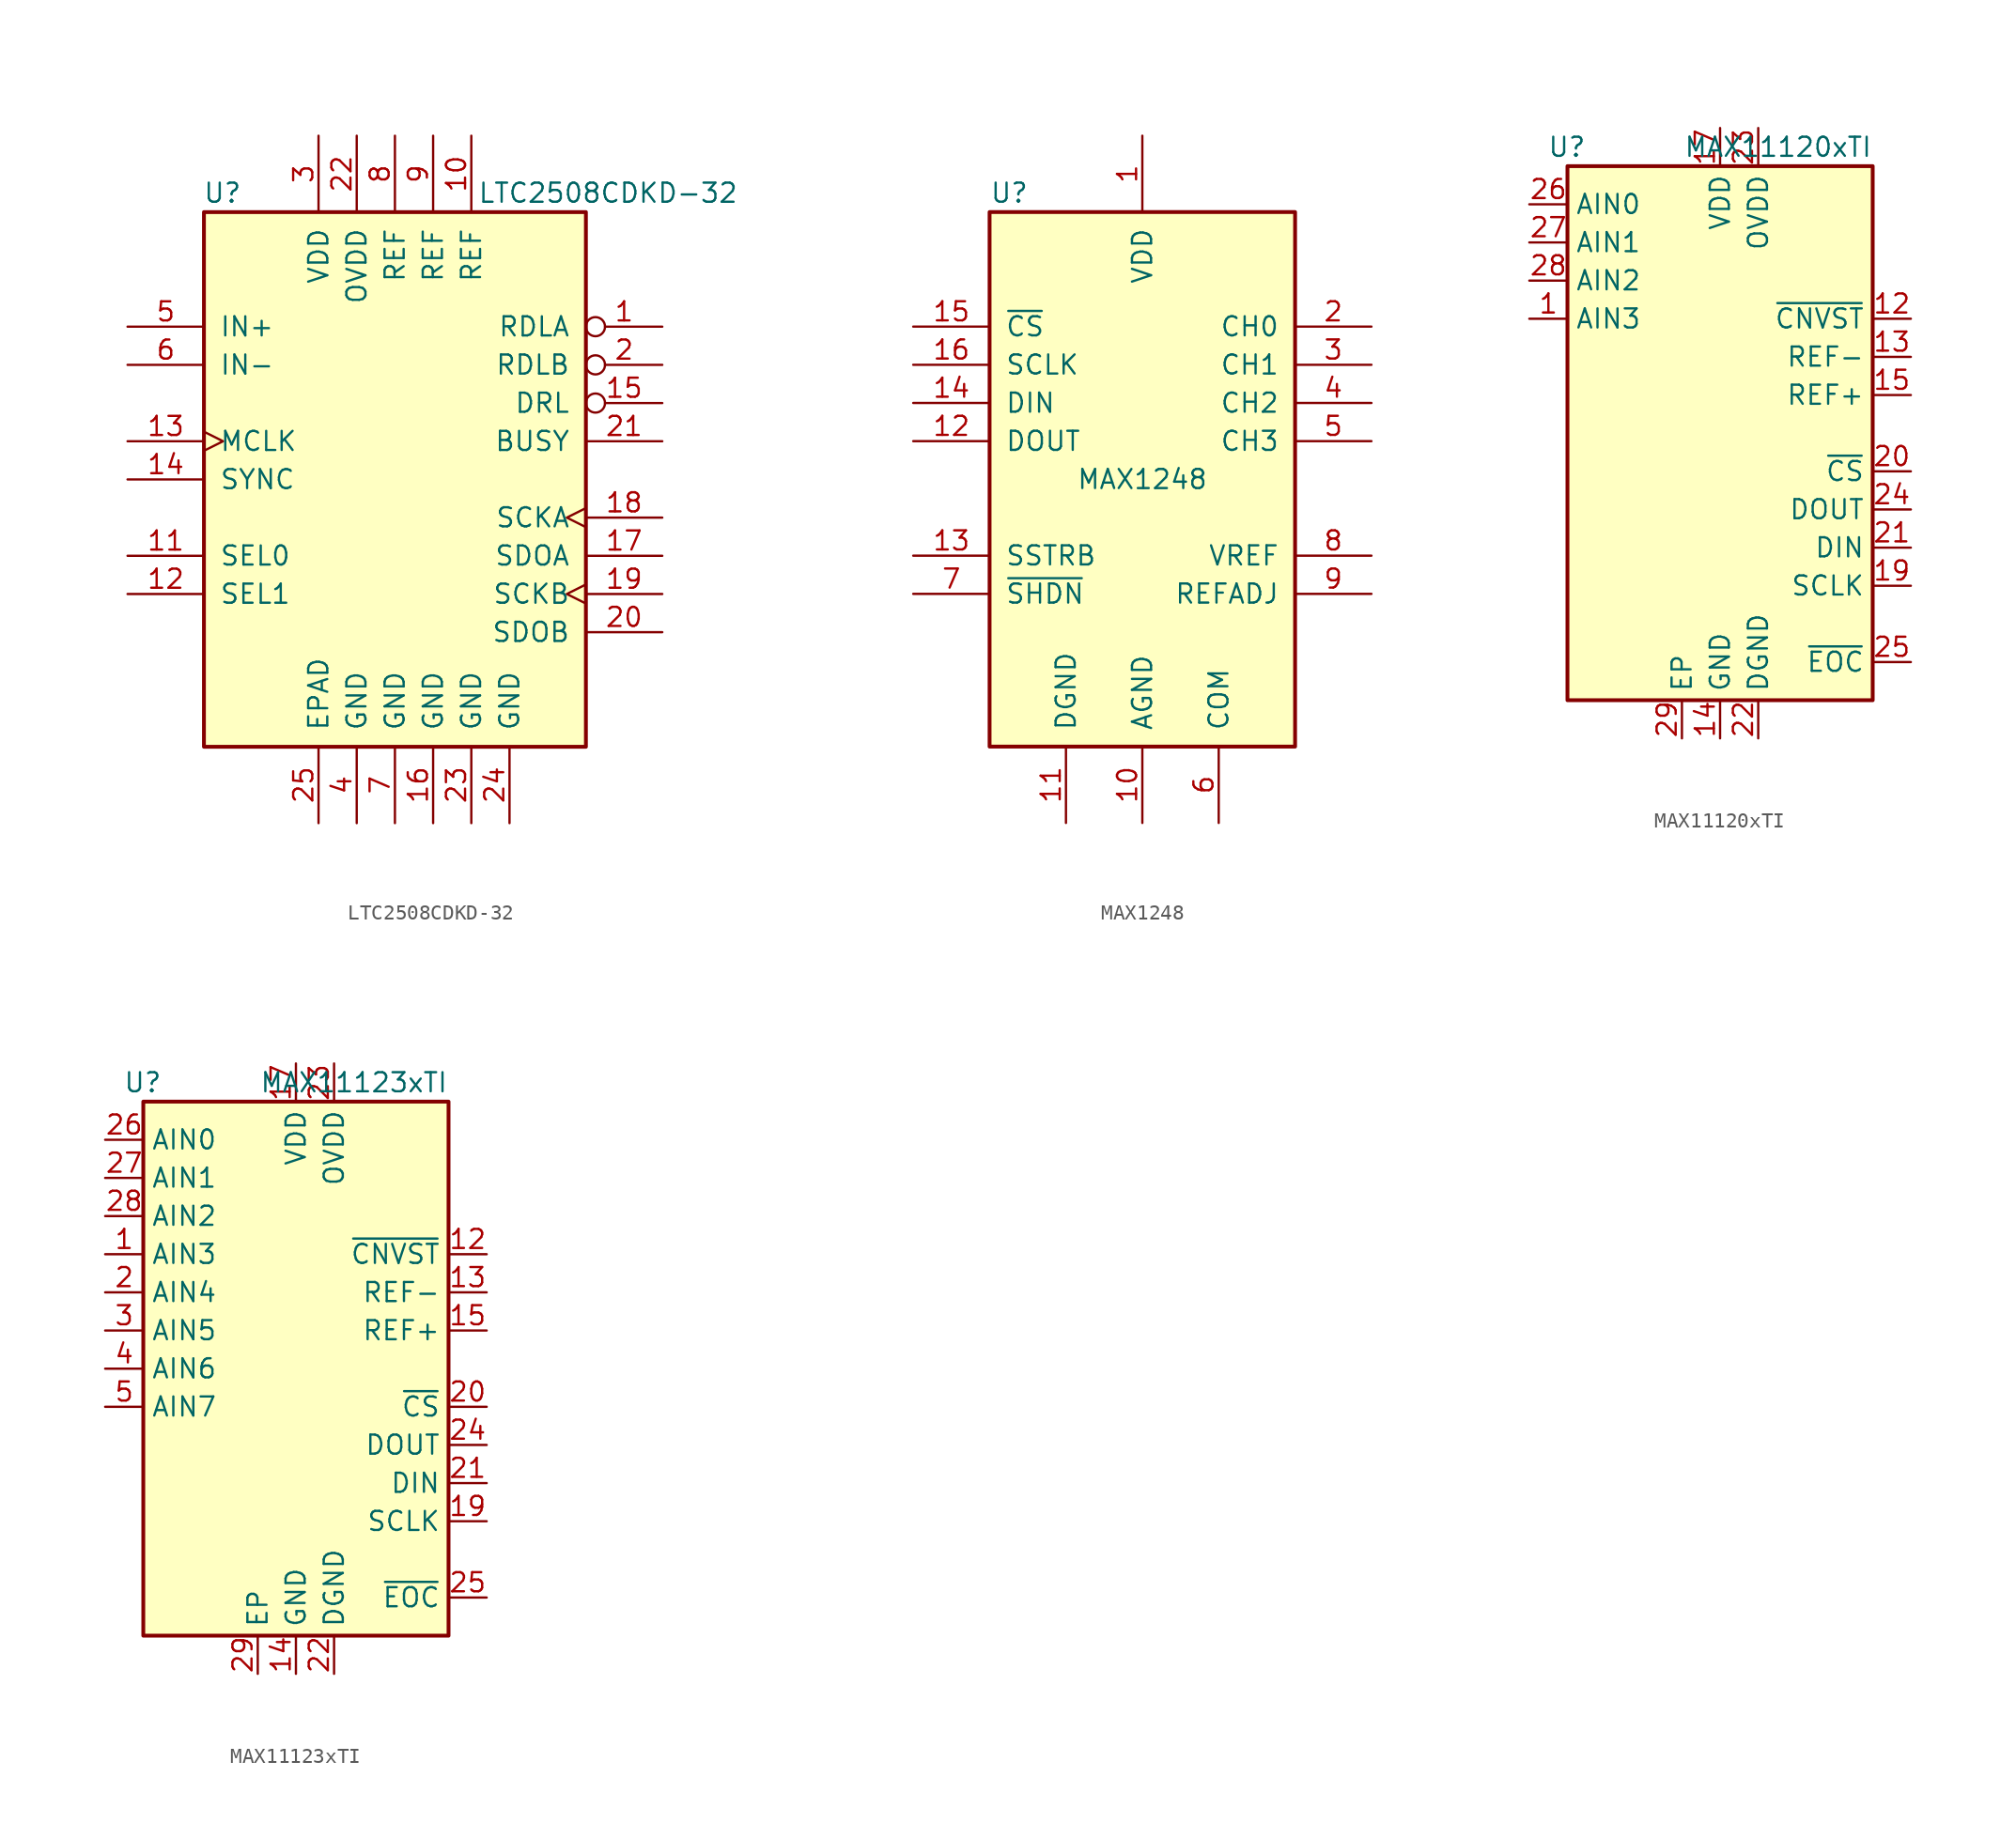
<source format=kicad_sym>
(kicad_symbol_lib
  (version 20211014)
  (generator kicad_symbol_editor)
  (symbol "LTC2508CDKD-32"
    (pin_names
      (offset 1.016))
    (property "Reference" "U"
      (at -10.16 19.05 0)
      (effects (font (size 1.27 1.27)) (justify right)))
    (property "Value" "LTC2508CDKD-32"
      (at 22.86 19.05 0)
      (effects (font (size 1.27 1.27)) (justify right)))
    (symbol "LTC2508CDKD-32_0_1"
      (rectangle (start -12.7 17.78) (end 12.7 -17.78) (stroke (width 0.254) (type default) (color 0 0 0 0)) (fill (type background))))
    (symbol "LTC2508CDKD-32_1_1"
      (pin input inverted (at 17.78 10.16 180) (length 5.08) (name "RDLA" (effects (font (size 1.27 1.27)))) (number "1" (effects (font (size 1.27 1.27)))))
      (pin passive line (at 5.08 22.86 270) (length 5.08) (name "REF" (effects (font (size 1.27 1.27)))) (number "10" (effects (font (size 1.27 1.27)))))
      (pin input line (at -17.78 -5.08 0) (length 5.08) (name "SEL0" (effects (font (size 1.27 1.27)))) (number "11" (effects (font (size 1.27 1.27)))))
      (pin input line (at -17.78 -7.62 0) (length 5.08) (name "SEL1" (effects (font (size 1.27 1.27)))) (number "12" (effects (font (size 1.27 1.27)))))
      (pin input clock (at -17.78 2.54 0) (length 5.08) (name "MCLK" (effects (font (size 1.27 1.27)))) (number "13" (effects (font (size 1.27 1.27)))))
      (pin input line (at -17.78 0 0) (length 5.08) (name "SYNC" (effects (font (size 1.27 1.27)))) (number "14" (effects (font (size 1.27 1.27)))))
      (pin output inverted (at 17.78 5.08 180) (length 5.08) (name "DRL" (effects (font (size 1.27 1.27)))) (number "15" (effects (font (size 1.27 1.27)))))
      (pin power_in line (at 2.54 -22.86 90) (length 5.08) (name "GND" (effects (font (size 1.27 1.27)))) (number "16" (effects (font (size 1.27 1.27)))))
      (pin tri_state line (at 17.78 -5.08 180) (length 5.08) (name "SDOA" (effects (font (size 1.27 1.27)))) (number "17" (effects (font (size 1.27 1.27)))))
      (pin input clock (at 17.78 -2.54 180) (length 5.08) (name "SCKA" (effects (font (size 1.27 1.27)))) (number "18" (effects (font (size 1.27 1.27)))))
      (pin input clock (at 17.78 -7.62 180) (length 5.08) (name "SCKB" (effects (font (size 1.27 1.27)))) (number "19" (effects (font (size 1.27 1.27)))))
      (pin input inverted (at 17.78 7.62 180) (length 5.08) (name "RDLB" (effects (font (size 1.27 1.27)))) (number "2" (effects (font (size 1.27 1.27)))))
      (pin tri_state line (at 17.78 -10.16 180) (length 5.08) (name "SDOB" (effects (font (size 1.27 1.27)))) (number "20" (effects (font (size 1.27 1.27)))))
      (pin output line (at 17.78 2.54 180) (length 5.08) (name "BUSY" (effects (font (size 1.27 1.27)))) (number "21" (effects (font (size 1.27 1.27)))))
      (pin power_in line (at -2.54 22.86 270) (length 5.08) (name "OVDD" (effects (font (size 1.27 1.27)))) (number "22" (effects (font (size 1.27 1.27)))))
      (pin power_in line (at 5.08 -22.86 90) (length 5.08) (name "GND" (effects (font (size 1.27 1.27)))) (number "23" (effects (font (size 1.27 1.27)))))
      (pin power_in line (at 7.62 -22.86 90) (length 5.08) (name "GND" (effects (font (size 1.27 1.27)))) (number "24" (effects (font (size 1.27 1.27)))))
      (pin power_in line (at -5.08 -22.86 90) (length 5.08) (name "EPAD" (effects (font (size 1.27 1.27)))) (number "25" (effects (font (size 1.27 1.27)))))
      (pin power_in line (at -5.08 22.86 270) (length 5.08) (name "VDD" (effects (font (size 1.27 1.27)))) (number "3" (effects (font (size 1.27 1.27)))))
      (pin power_in line (at -2.54 -22.86 90) (length 5.08) (name "GND" (effects (font (size 1.27 1.27)))) (number "4" (effects (font (size 1.27 1.27)))))
      (pin input line (at -17.78 10.16 0) (length 5.08) (name "IN+" (effects (font (size 1.27 1.27)))) (number "5" (effects (font (size 1.27 1.27)))))
      (pin input line (at -17.78 7.62 0) (length 5.08) (name "IN-" (effects (font (size 1.27 1.27)))) (number "6" (effects (font (size 1.27 1.27)))))
      (pin power_in line (at 0 -22.86 90) (length 5.08) (name "GND" (effects (font (size 1.27 1.27)))) (number "7" (effects (font (size 1.27 1.27)))))
      (pin passive line (at 0 22.86 270) (length 5.08) (name "REF" (effects (font (size 1.27 1.27)))) (number "8" (effects (font (size 1.27 1.27)))))
      (pin passive line (at 2.54 22.86 270) (length 5.08) (name "REF" (effects (font (size 1.27 1.27)))) (number "9" (effects (font (size 1.27 1.27)))))))
  (symbol "MAX1248"
    (pin_names
      (offset 1.016))
    (property "Reference" "U"
      (at -10.16 19.05 0)
      (effects (font (size 1.27 1.27)) (justify left)))
    (property "Value" "MAX1248"
      (at 0 0 0)
      (effects (font (size 1.27 1.27))))
    (symbol "MAX1248_0_1"
      (rectangle (start -10.16 17.78) (end 10.16 -17.78) (stroke (width 0.254) (type default) (color 0 0 0 0)) (fill (type background))))
    (symbol "MAX1248_1_1"
      (pin power_in line (at 0 22.86 270) (length 5.08) (name "VDD" (effects (font (size 1.27 1.27)))) (number "1" (effects (font (size 1.27 1.27)))))
      (pin power_in line (at 0 -22.86 90) (length 5.08) (name "AGND" (effects (font (size 1.27 1.27)))) (number "10" (effects (font (size 1.27 1.27)))))
      (pin power_in line (at -5.08 -22.86 90) (length 5.08) (name "DGND" (effects (font (size 1.27 1.27)))) (number "11" (effects (font (size 1.27 1.27)))))
      (pin output line (at -15.24 2.54 0) (length 5.08) (name "DOUT" (effects (font (size 1.27 1.27)))) (number "12" (effects (font (size 1.27 1.27)))))
      (pin output line (at -15.24 -5.08 0) (length 5.08) (name "SSTRB" (effects (font (size 1.27 1.27)))) (number "13" (effects (font (size 1.27 1.27)))))
      (pin input line (at -15.24 5.08 0) (length 5.08) (name "DIN" (effects (font (size 1.27 1.27)))) (number "14" (effects (font (size 1.27 1.27)))))
      (pin input line (at -15.24 10.16 0) (length 5.08) (name "~{CS}" (effects (font (size 1.27 1.27)))) (number "15" (effects (font (size 1.27 1.27)))))
      (pin input line (at -15.24 7.62 0) (length 5.08) (name "SCLK" (effects (font (size 1.27 1.27)))) (number "16" (effects (font (size 1.27 1.27)))))
      (pin input line (at 15.24 10.16 180) (length 5.08) (name "CH0" (effects (font (size 1.27 1.27)))) (number "2" (effects (font (size 1.27 1.27)))))
      (pin input line (at 15.24 7.62 180) (length 5.08) (name "CH1" (effects (font (size 1.27 1.27)))) (number "3" (effects (font (size 1.27 1.27)))))
      (pin input line (at 15.24 5.08 180) (length 5.08) (name "CH2" (effects (font (size 1.27 1.27)))) (number "4" (effects (font (size 1.27 1.27)))))
      (pin input line (at 15.24 2.54 180) (length 5.08) (name "CH3" (effects (font (size 1.27 1.27)))) (number "5" (effects (font (size 1.27 1.27)))))
      (pin power_in line (at 5.08 -22.86 90) (length 5.08) (name "COM" (effects (font (size 1.27 1.27)))) (number "6" (effects (font (size 1.27 1.27)))))
      (pin tri_state line (at -15.24 -7.62 0) (length 5.08) (name "~{SHDN}" (effects (font (size 1.27 1.27)))) (number "7" (effects (font (size 1.27 1.27)))))
      (pin power_in line (at 15.24 -5.08 180) (length 5.08) (name "VREF" (effects (font (size 1.27 1.27)))) (number "8" (effects (font (size 1.27 1.27)))))
      (pin input line (at 15.24 -7.62 180) (length 5.08) (name "REFADJ" (effects (font (size 1.27 1.27)))) (number "9" (effects (font (size 1.27 1.27)))))))
  (symbol "MAX11120xTI"
    (property "Reference" "U"
      (at -8.89 19.05 0)
      (effects (font (size 1.27 1.27)) (justify right)))
    (property "Value" "MAX11120xTI"
      (at 10.16 19.05 0)
      (effects (font (size 1.27 1.27)) (justify right)))
    (symbol "MAX11120xTI_0_1"
      (rectangle (start 10.16 17.78) (end -10.16 -17.78) (stroke (width 0.254) (type default) (color 0 0 0 0)) (fill (type background))))
    (symbol "MAX11120xTI_1_1"
      (pin input line (at -12.7 7.62 0) (length 2.54) (name "AIN3" (effects (font (size 1.27 1.27)))) (number "1" (effects (font (size 1.27 1.27)))))
      (pin passive line (at 0 -20.32 90) (length 2.54) hide (name "GND" (effects (font (size 1.27 1.27)))) (number "10" (effects (font (size 1.27 1.27)))))
      (pin passive line (at 0 -20.32 90) (length 2.54) hide (name "GND" (effects (font (size 1.27 1.27)))) (number "11" (effects (font (size 1.27 1.27)))))
      (pin input line (at 12.7 7.62 180) (length 2.54) (name "~{CNVST}" (effects (font (size 1.27 1.27)))) (number "12" (effects (font (size 1.27 1.27)))))
      (pin input line (at 12.7 5.08 180) (length 2.54) (name "REF-" (effects (font (size 1.27 1.27)))) (number "13" (effects (font (size 1.27 1.27)))))
      (pin power_in line (at 0 -20.32 90) (length 2.54) (name "GND" (effects (font (size 1.27 1.27)))) (number "14" (effects (font (size 1.27 1.27)))))
      (pin input line (at 12.7 2.54 180) (length 2.54) (name "REF+" (effects (font (size 1.27 1.27)))) (number "15" (effects (font (size 1.27 1.27)))))
      (pin passive line (at 0 -20.32 90) (length 2.54) hide (name "GND" (effects (font (size 1.27 1.27)))) (number "16" (effects (font (size 1.27 1.27)))))
      (pin power_in line (at 0 20.32 270) (length 2.54) (name "VDD" (effects (font (size 1.27 1.27)))) (number "17" (effects (font (size 1.27 1.27)))))
      (pin passive line (at 0 20.32 270) (length 2.54) hide (name "VDD" (effects (font (size 1.27 1.27)))) (number "18" (effects (font (size 1.27 1.27)))))
      (pin input line (at 12.7 -10.16 180) (length 2.54) (name "SCLK" (effects (font (size 1.27 1.27)))) (number "19" (effects (font (size 1.27 1.27)))))
      (pin passive line (at 0 -20.32 90) (length 2.54) hide (name "GND" (effects (font (size 1.27 1.27)))) (number "2" (effects (font (size 1.27 1.27)))))
      (pin input line (at 12.7 -2.54 180) (length 2.54) (name "~{CS}" (effects (font (size 1.27 1.27)))) (number "20" (effects (font (size 1.27 1.27)))))
      (pin input line (at 12.7 -7.62 180) (length 2.54) (name "DIN" (effects (font (size 1.27 1.27)))) (number "21" (effects (font (size 1.27 1.27)))))
      (pin power_in line (at 2.54 -20.32 90) (length 2.54) (name "DGND" (effects (font (size 1.27 1.27)))) (number "22" (effects (font (size 1.27 1.27)))))
      (pin power_in line (at 2.54 20.32 270) (length 2.54) (name "OVDD" (effects (font (size 1.27 1.27)))) (number "23" (effects (font (size 1.27 1.27)))))
      (pin output line (at 12.7 -5.08 180) (length 2.54) (name "DOUT" (effects (font (size 1.27 1.27)))) (number "24" (effects (font (size 1.27 1.27)))))
      (pin output line (at 12.7 -15.24 180) (length 2.54) (name "~{EOC}" (effects (font (size 1.27 1.27)))) (number "25" (effects (font (size 1.27 1.27)))))
      (pin input line (at -12.7 15.24 0) (length 2.54) (name "AIN0" (effects (font (size 1.27 1.27)))) (number "26" (effects (font (size 1.27 1.27)))))
      (pin input line (at -12.7 12.7 0) (length 2.54) (name "AIN1" (effects (font (size 1.27 1.27)))) (number "27" (effects (font (size 1.27 1.27)))))
      (pin input line (at -12.7 10.16 0) (length 2.54) (name "AIN2" (effects (font (size 1.27 1.27)))) (number "28" (effects (font (size 1.27 1.27)))))
      (pin power_in line (at -2.54 -20.32 90) (length 2.54) (name "EP" (effects (font (size 1.27 1.27)))) (number "29" (effects (font (size 1.27 1.27)))))
      (pin passive line (at 0 -20.32 90) (length 2.54) hide (name "GND" (effects (font (size 1.27 1.27)))) (number "3" (effects (font (size 1.27 1.27)))))
      (pin passive line (at 0 -20.32 90) (length 2.54) hide (name "GND" (effects (font (size 1.27 1.27)))) (number "4" (effects (font (size 1.27 1.27)))))
      (pin passive line (at 0 -20.32 90) (length 2.54) hide (name "GND" (effects (font (size 1.27 1.27)))) (number "5" (effects (font (size 1.27 1.27)))))
      (pin passive line (at 0 -20.32 90) (length 2.54) hide (name "GND" (effects (font (size 1.27 1.27)))) (number "6" (effects (font (size 1.27 1.27)))))
      (pin passive line (at 0 -20.32 90) (length 2.54) hide (name "GND" (effects (font (size 1.27 1.27)))) (number "7" (effects (font (size 1.27 1.27)))))
      (pin passive line (at 0 -20.32 90) (length 2.54) hide (name "GND" (effects (font (size 1.27 1.27)))) (number "8" (effects (font (size 1.27 1.27)))))
      (pin passive line (at 0 -20.32 90) (length 2.54) hide (name "GND" (effects (font (size 1.27 1.27)))) (number "9" (effects (font (size 1.27 1.27)))))))
  (symbol "MAX11123xTI"
    (property "Reference" "U"
      (at -8.89 19.05 0)
      (effects (font (size 1.27 1.27)) (justify right)))
    (property "Value" "MAX11123xTI"
      (at 10.16 19.05 0)
      (effects (font (size 1.27 1.27)) (justify right)))
    (symbol "MAX11123xTI_0_1"
      (rectangle (start 10.16 17.78) (end -10.16 -17.78) (stroke (width 0.254) (type default) (color 0 0 0 0)) (fill (type background))))
    (symbol "MAX11123xTI_1_1"
      (pin input line (at -12.7 7.62 0) (length 2.54) (name "AIN3" (effects (font (size 1.27 1.27)))) (number "1" (effects (font (size 1.27 1.27)))))
      (pin passive line (at 0 -20.32 90) (length 2.54) hide (name "GND" (effects (font (size 1.27 1.27)))) (number "10" (effects (font (size 1.27 1.27)))))
      (pin passive line (at 0 -20.32 90) (length 2.54) hide (name "GND" (effects (font (size 1.27 1.27)))) (number "11" (effects (font (size 1.27 1.27)))))
      (pin input line (at 12.7 7.62 180) (length 2.54) (name "~{CNVST}" (effects (font (size 1.27 1.27)))) (number "12" (effects (font (size 1.27 1.27)))))
      (pin input line (at 12.7 5.08 180) (length 2.54) (name "REF-" (effects (font (size 1.27 1.27)))) (number "13" (effects (font (size 1.27 1.27)))))
      (pin power_in line (at 0 -20.32 90) (length 2.54) (name "GND" (effects (font (size 1.27 1.27)))) (number "14" (effects (font (size 1.27 1.27)))))
      (pin input line (at 12.7 2.54 180) (length 2.54) (name "REF+" (effects (font (size 1.27 1.27)))) (number "15" (effects (font (size 1.27 1.27)))))
      (pin passive line (at 0 -20.32 90) (length 2.54) hide (name "GND" (effects (font (size 1.27 1.27)))) (number "16" (effects (font (size 1.27 1.27)))))
      (pin power_in line (at 0 20.32 270) (length 2.54) (name "VDD" (effects (font (size 1.27 1.27)))) (number "17" (effects (font (size 1.27 1.27)))))
      (pin passive line (at 0 20.32 270) (length 2.54) hide (name "VDD" (effects (font (size 1.27 1.27)))) (number "18" (effects (font (size 1.27 1.27)))))
      (pin input line (at 12.7 -10.16 180) (length 2.54) (name "SCLK" (effects (font (size 1.27 1.27)))) (number "19" (effects (font (size 1.27 1.27)))))
      (pin input line (at -12.7 5.08 0) (length 2.54) (name "AIN4" (effects (font (size 1.27 1.27)))) (number "2" (effects (font (size 1.27 1.27)))))
      (pin input line (at 12.7 -2.54 180) (length 2.54) (name "~{CS}" (effects (font (size 1.27 1.27)))) (number "20" (effects (font (size 1.27 1.27)))))
      (pin input line (at 12.7 -7.62 180) (length 2.54) (name "DIN" (effects (font (size 1.27 1.27)))) (number "21" (effects (font (size 1.27 1.27)))))
      (pin power_in line (at 2.54 -20.32 90) (length 2.54) (name "DGND" (effects (font (size 1.27 1.27)))) (number "22" (effects (font (size 1.27 1.27)))))
      (pin power_in line (at 2.54 20.32 270) (length 2.54) (name "OVDD" (effects (font (size 1.27 1.27)))) (number "23" (effects (font (size 1.27 1.27)))))
      (pin output line (at 12.7 -5.08 180) (length 2.54) (name "DOUT" (effects (font (size 1.27 1.27)))) (number "24" (effects (font (size 1.27 1.27)))))
      (pin output line (at 12.7 -15.24 180) (length 2.54) (name "~{EOC}" (effects (font (size 1.27 1.27)))) (number "25" (effects (font (size 1.27 1.27)))))
      (pin input line (at -12.7 15.24 0) (length 2.54) (name "AIN0" (effects (font (size 1.27 1.27)))) (number "26" (effects (font (size 1.27 1.27)))))
      (pin input line (at -12.7 12.7 0) (length 2.54) (name "AIN1" (effects (font (size 1.27 1.27)))) (number "27" (effects (font (size 1.27 1.27)))))
      (pin input line (at -12.7 10.16 0) (length 2.54) (name "AIN2" (effects (font (size 1.27 1.27)))) (number "28" (effects (font (size 1.27 1.27)))))
      (pin power_in line (at -2.54 -20.32 90) (length 2.54) (name "EP" (effects (font (size 1.27 1.27)))) (number "29" (effects (font (size 1.27 1.27)))))
      (pin input line (at -12.7 2.54 0) (length 2.54) (name "AIN5" (effects (font (size 1.27 1.27)))) (number "3" (effects (font (size 1.27 1.27)))))
      (pin input line (at -12.7 0 0) (length 2.54) (name "AIN6" (effects (font (size 1.27 1.27)))) (number "4" (effects (font (size 1.27 1.27)))))
      (pin input line (at -12.7 -2.54 0) (length 2.54) (name "AIN7" (effects (font (size 1.27 1.27)))) (number "5" (effects (font (size 1.27 1.27)))))
      (pin passive line (at 0 -20.32 90) (length 2.54) hide (name "GND" (effects (font (size 1.27 1.27)))) (number "6" (effects (font (size 1.27 1.27)))))
      (pin passive line (at 0 -20.32 90) (length 2.54) hide (name "GND" (effects (font (size 1.27 1.27)))) (number "7" (effects (font (size 1.27 1.27)))))
      (pin passive line (at 0 -20.32 90) (length 2.54) hide (name "GND" (effects (font (size 1.27 1.27)))) (number "8" (effects (font (size 1.27 1.27)))))
      (pin passive line (at 0 -20.32 90) (length 2.54) hide (name "GND" (effects (font (size 1.27 1.27)))) (number "9" (effects (font (size 1.27 1.27))))))))
</source>
